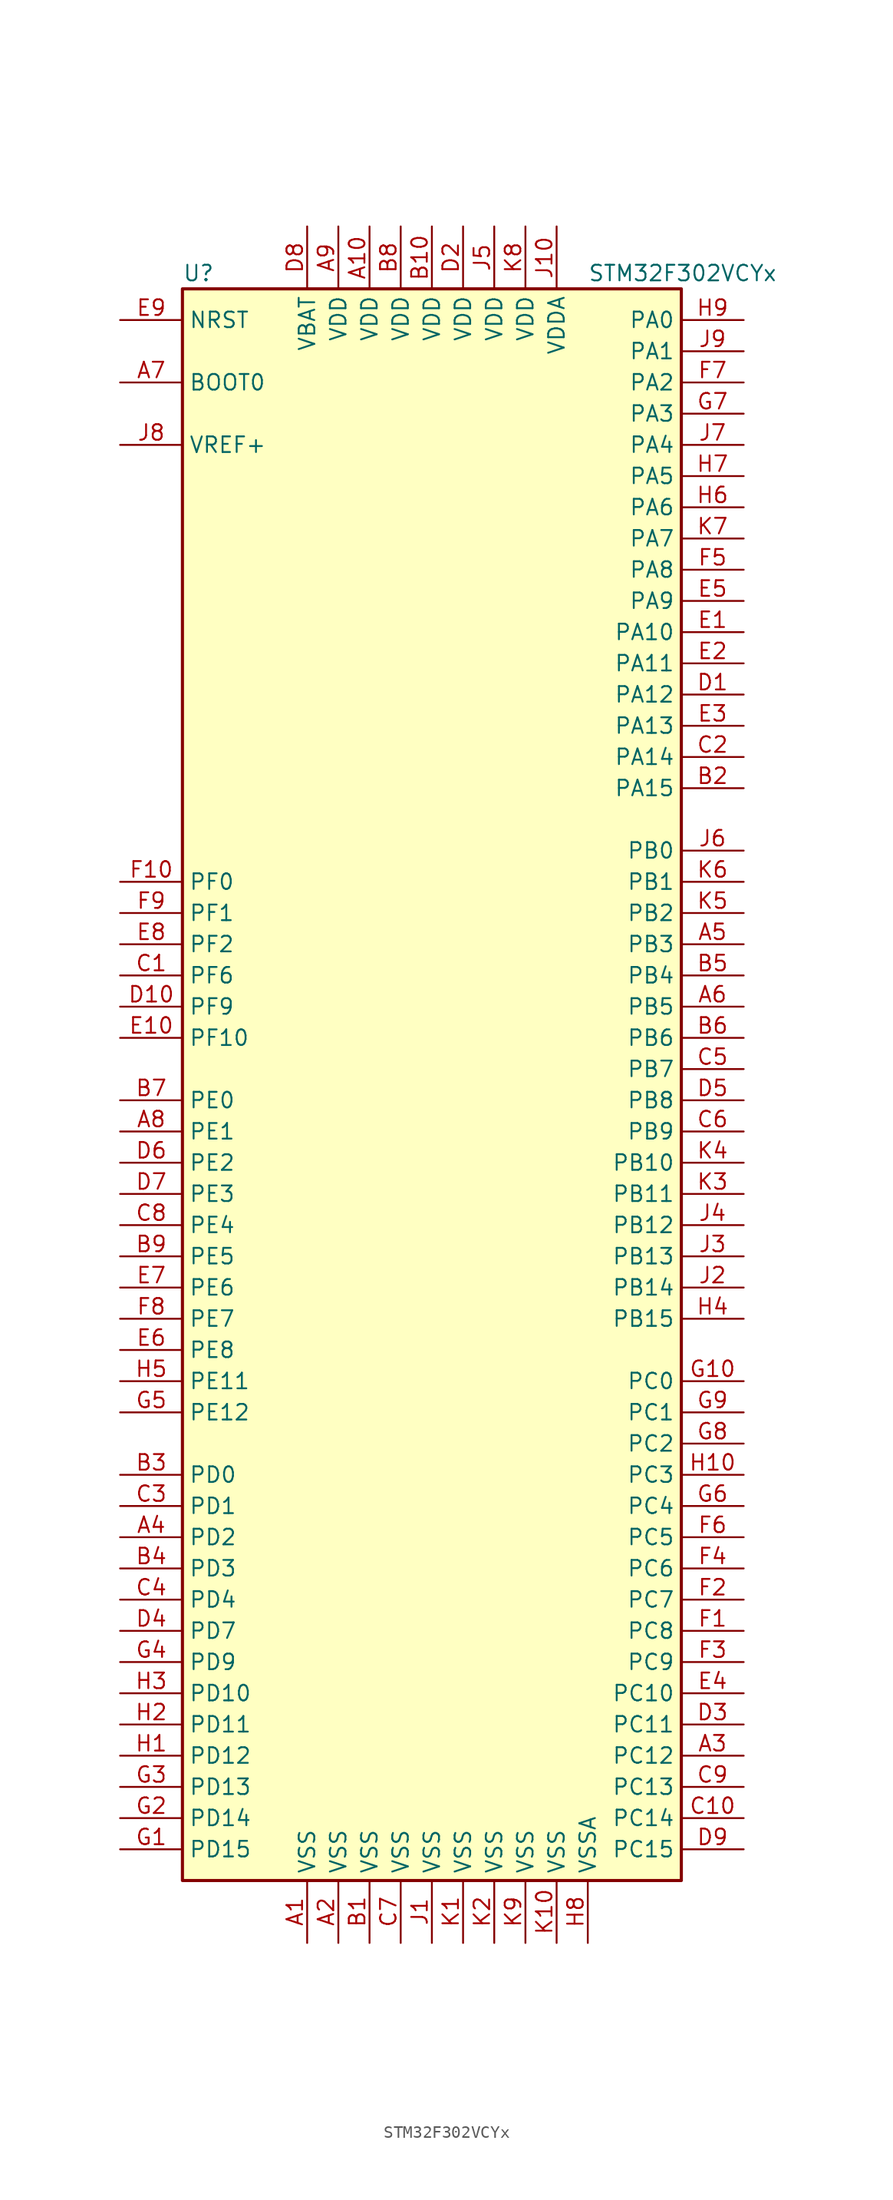
<source format=kicad_sym>
(kicad_symbol_lib
  (version 20201005)
  (generator kicad_symbol_editor)
  (symbol "MCU_ST_STM32F3:STM32F302VCYx"
    (property "Reference" "U"
      (at -20.32 64.77 0)
      (effects (font (size 1.27 1.27)) (justify left)))
    (property "Value" "STM32F302VCYx"
      (at 12.7 64.77 0)
      (effects (font (size 1.27 1.27)) (justify left)))
    (symbol "STM32F302VCYx_0_1"
      (rectangle (start -20.32 -66.04) (end 20.32 63.5) (stroke (width 0.254)) (fill (type background))))
    (symbol "STM32F302VCYx_1_1"
      (pin input line (at -25.4 55.88 0) (length 5.08) (name "BOOT0" (effects (font (size 1.27 1.27)))) (number "A7" (effects (font (size 1.27 1.27)))))
      (pin input line (at -25.4 60.96 0) (length 5.08) (name "NRST" (effects (font (size 1.27 1.27)))) (number "E9" (effects (font (size 1.27 1.27)))))
      (pin bidirectional line (at 25.4 60.96 180) (length 5.08) (name "PA0" (effects (font (size 1.27 1.27)))) (number "H9" (effects (font (size 1.27 1.27)))))
      (pin bidirectional line (at 25.4 58.42 180) (length 5.08) (name "PA1" (effects (font (size 1.27 1.27)))) (number "J9" (effects (font (size 1.27 1.27)))))
      (pin bidirectional line (at 25.4 35.56 180) (length 5.08) (name "PA10" (effects (font (size 1.27 1.27)))) (number "E1" (effects (font (size 1.27 1.27)))))
      (pin bidirectional line (at 25.4 33.02 180) (length 5.08) (name "PA11" (effects (font (size 1.27 1.27)))) (number "E2" (effects (font (size 1.27 1.27)))))
      (pin bidirectional line (at 25.4 30.48 180) (length 5.08) (name "PA12" (effects (font (size 1.27 1.27)))) (number "D1" (effects (font (size 1.27 1.27)))))
      (pin bidirectional line (at 25.4 27.94 180) (length 5.08) (name "PA13" (effects (font (size 1.27 1.27)))) (number "E3" (effects (font (size 1.27 1.27)))))
      (pin bidirectional line (at 25.4 25.4 180) (length 5.08) (name "PA14" (effects (font (size 1.27 1.27)))) (number "C2" (effects (font (size 1.27 1.27)))))
      (pin bidirectional line (at 25.4 22.86 180) (length 5.08) (name "PA15" (effects (font (size 1.27 1.27)))) (number "B2" (effects (font (size 1.27 1.27)))))
      (pin bidirectional line (at 25.4 55.88 180) (length 5.08) (name "PA2" (effects (font (size 1.27 1.27)))) (number "F7" (effects (font (size 1.27 1.27)))))
      (pin bidirectional line (at 25.4 53.34 180) (length 5.08) (name "PA3" (effects (font (size 1.27 1.27)))) (number "G7" (effects (font (size 1.27 1.27)))))
      (pin bidirectional line (at 25.4 50.8 180) (length 5.08) (name "PA4" (effects (font (size 1.27 1.27)))) (number "J7" (effects (font (size 1.27 1.27)))))
      (pin bidirectional line (at 25.4 48.26 180) (length 5.08) (name "PA5" (effects (font (size 1.27 1.27)))) (number "H7" (effects (font (size 1.27 1.27)))))
      (pin bidirectional line (at 25.4 45.72 180) (length 5.08) (name "PA6" (effects (font (size 1.27 1.27)))) (number "H6" (effects (font (size 1.27 1.27)))))
      (pin bidirectional line (at 25.4 43.18 180) (length 5.08) (name "PA7" (effects (font (size 1.27 1.27)))) (number "K7" (effects (font (size 1.27 1.27)))))
      (pin bidirectional line (at 25.4 40.64 180) (length 5.08) (name "PA8" (effects (font (size 1.27 1.27)))) (number "F5" (effects (font (size 1.27 1.27)))))
      (pin bidirectional line (at 25.4 38.1 180) (length 5.08) (name "PA9" (effects (font (size 1.27 1.27)))) (number "E5" (effects (font (size 1.27 1.27)))))
      (pin bidirectional line (at 25.4 17.78 180) (length 5.08) (name "PB0" (effects (font (size 1.27 1.27)))) (number "J6" (effects (font (size 1.27 1.27)))))
      (pin bidirectional line (at 25.4 15.24 180) (length 5.08) (name "PB1" (effects (font (size 1.27 1.27)))) (number "K6" (effects (font (size 1.27 1.27)))))
      (pin bidirectional line (at 25.4 -7.62 180) (length 5.08) (name "PB10" (effects (font (size 1.27 1.27)))) (number "K4" (effects (font (size 1.27 1.27)))))
      (pin bidirectional line (at 25.4 -10.16 180) (length 5.08) (name "PB11" (effects (font (size 1.27 1.27)))) (number "K3" (effects (font (size 1.27 1.27)))))
      (pin bidirectional line (at 25.4 -12.7 180) (length 5.08) (name "PB12" (effects (font (size 1.27 1.27)))) (number "J4" (effects (font (size 1.27 1.27)))))
      (pin bidirectional line (at 25.4 -15.24 180) (length 5.08) (name "PB13" (effects (font (size 1.27 1.27)))) (number "J3" (effects (font (size 1.27 1.27)))))
      (pin bidirectional line (at 25.4 -17.78 180) (length 5.08) (name "PB14" (effects (font (size 1.27 1.27)))) (number "J2" (effects (font (size 1.27 1.27)))))
      (pin bidirectional line (at 25.4 -20.32 180) (length 5.08) (name "PB15" (effects (font (size 1.27 1.27)))) (number "H4" (effects (font (size 1.27 1.27)))))
      (pin bidirectional line (at 25.4 12.7 180) (length 5.08) (name "PB2" (effects (font (size 1.27 1.27)))) (number "K5" (effects (font (size 1.27 1.27)))))
      (pin bidirectional line (at 25.4 10.16 180) (length 5.08) (name "PB3" (effects (font (size 1.27 1.27)))) (number "A5" (effects (font (size 1.27 1.27)))))
      (pin bidirectional line (at 25.4 7.62 180) (length 5.08) (name "PB4" (effects (font (size 1.27 1.27)))) (number "B5" (effects (font (size 1.27 1.27)))))
      (pin bidirectional line (at 25.4 5.08 180) (length 5.08) (name "PB5" (effects (font (size 1.27 1.27)))) (number "A6" (effects (font (size 1.27 1.27)))))
      (pin bidirectional line (at 25.4 2.54 180) (length 5.08) (name "PB6" (effects (font (size 1.27 1.27)))) (number "B6" (effects (font (size 1.27 1.27)))))
      (pin bidirectional line (at 25.4 0 180) (length 5.08) (name "PB7" (effects (font (size 1.27 1.27)))) (number "C5" (effects (font (size 1.27 1.27)))))
      (pin bidirectional line (at 25.4 -2.54 180) (length 5.08) (name "PB8" (effects (font (size 1.27 1.27)))) (number "D5" (effects (font (size 1.27 1.27)))))
      (pin bidirectional line (at 25.4 -5.08 180) (length 5.08) (name "PB9" (effects (font (size 1.27 1.27)))) (number "C6" (effects (font (size 1.27 1.27)))))
      (pin bidirectional line (at 25.4 -25.4 180) (length 5.08) (name "PC0" (effects (font (size 1.27 1.27)))) (number "G10" (effects (font (size 1.27 1.27)))))
      (pin bidirectional line (at 25.4 -27.94 180) (length 5.08) (name "PC1" (effects (font (size 1.27 1.27)))) (number "G9" (effects (font (size 1.27 1.27)))))
      (pin bidirectional line (at 25.4 -50.8 180) (length 5.08) (name "PC10" (effects (font (size 1.27 1.27)))) (number "E4" (effects (font (size 1.27 1.27)))))
      (pin bidirectional line (at 25.4 -53.34 180) (length 5.08) (name "PC11" (effects (font (size 1.27 1.27)))) (number "D3" (effects (font (size 1.27 1.27)))))
      (pin bidirectional line (at 25.4 -55.88 180) (length 5.08) (name "PC12" (effects (font (size 1.27 1.27)))) (number "A3" (effects (font (size 1.27 1.27)))))
      (pin bidirectional line (at 25.4 -58.42 180) (length 5.08) (name "PC13" (effects (font (size 1.27 1.27)))) (number "C9" (effects (font (size 1.27 1.27)))))
      (pin bidirectional line (at 25.4 -60.96 180) (length 5.08) (name "PC14" (effects (font (size 1.27 1.27)))) (number "C10" (effects (font (size 1.27 1.27)))))
      (pin bidirectional line (at 25.4 -63.5 180) (length 5.08) (name "PC15" (effects (font (size 1.27 1.27)))) (number "D9" (effects (font (size 1.27 1.27)))))
      (pin bidirectional line (at 25.4 -30.48 180) (length 5.08) (name "PC2" (effects (font (size 1.27 1.27)))) (number "G8" (effects (font (size 1.27 1.27)))))
      (pin bidirectional line (at 25.4 -33.02 180) (length 5.08) (name "PC3" (effects (font (size 1.27 1.27)))) (number "H10" (effects (font (size 1.27 1.27)))))
      (pin bidirectional line (at 25.4 -35.56 180) (length 5.08) (name "PC4" (effects (font (size 1.27 1.27)))) (number "G6" (effects (font (size 1.27 1.27)))))
      (pin bidirectional line (at 25.4 -38.1 180) (length 5.08) (name "PC5" (effects (font (size 1.27 1.27)))) (number "F6" (effects (font (size 1.27 1.27)))))
      (pin bidirectional line (at 25.4 -40.64 180) (length 5.08) (name "PC6" (effects (font (size 1.27 1.27)))) (number "F4" (effects (font (size 1.27 1.27)))))
      (pin bidirectional line (at 25.4 -43.18 180) (length 5.08) (name "PC7" (effects (font (size 1.27 1.27)))) (number "F2" (effects (font (size 1.27 1.27)))))
      (pin bidirectional line (at 25.4 -45.72 180) (length 5.08) (name "PC8" (effects (font (size 1.27 1.27)))) (number "F1" (effects (font (size 1.27 1.27)))))
      (pin bidirectional line (at 25.4 -48.26 180) (length 5.08) (name "PC9" (effects (font (size 1.27 1.27)))) (number "F3" (effects (font (size 1.27 1.27)))))
      (pin bidirectional line (at -25.4 -33.02 0) (length 5.08) (name "PD0" (effects (font (size 1.27 1.27)))) (number "B3" (effects (font (size 1.27 1.27)))))
      (pin bidirectional line (at -25.4 -35.56 0) (length 5.08) (name "PD1" (effects (font (size 1.27 1.27)))) (number "C3" (effects (font (size 1.27 1.27)))))
      (pin bidirectional line (at -25.4 -50.8 0) (length 5.08) (name "PD10" (effects (font (size 1.27 1.27)))) (number "H3" (effects (font (size 1.27 1.27)))))
      (pin bidirectional line (at -25.4 -53.34 0) (length 5.08) (name "PD11" (effects (font (size 1.27 1.27)))) (number "H2" (effects (font (size 1.27 1.27)))))
      (pin bidirectional line (at -25.4 -55.88 0) (length 5.08) (name "PD12" (effects (font (size 1.27 1.27)))) (number "H1" (effects (font (size 1.27 1.27)))))
      (pin bidirectional line (at -25.4 -58.42 0) (length 5.08) (name "PD13" (effects (font (size 1.27 1.27)))) (number "G3" (effects (font (size 1.27 1.27)))))
      (pin bidirectional line (at -25.4 -60.96 0) (length 5.08) (name "PD14" (effects (font (size 1.27 1.27)))) (number "G2" (effects (font (size 1.27 1.27)))))
      (pin bidirectional line (at -25.4 -63.5 0) (length 5.08) (name "PD15" (effects (font (size 1.27 1.27)))) (number "G1" (effects (font (size 1.27 1.27)))))
      (pin bidirectional line (at -25.4 -38.1 0) (length 5.08) (name "PD2" (effects (font (size 1.27 1.27)))) (number "A4" (effects (font (size 1.27 1.27)))))
      (pin bidirectional line (at -25.4 -40.64 0) (length 5.08) (name "PD3" (effects (font (size 1.27 1.27)))) (number "B4" (effects (font (size 1.27 1.27)))))
      (pin bidirectional line (at -25.4 -43.18 0) (length 5.08) (name "PD4" (effects (font (size 1.27 1.27)))) (number "C4" (effects (font (size 1.27 1.27)))))
      (pin bidirectional line (at -25.4 -45.72 0) (length 5.08) (name "PD7" (effects (font (size 1.27 1.27)))) (number "D4" (effects (font (size 1.27 1.27)))))
      (pin bidirectional line (at -25.4 -48.26 0) (length 5.08) (name "PD9" (effects (font (size 1.27 1.27)))) (number "G4" (effects (font (size 1.27 1.27)))))
      (pin bidirectional line (at -25.4 -2.54 0) (length 5.08) (name "PE0" (effects (font (size 1.27 1.27)))) (number "B7" (effects (font (size 1.27 1.27)))))
      (pin bidirectional line (at -25.4 -5.08 0) (length 5.08) (name "PE1" (effects (font (size 1.27 1.27)))) (number "A8" (effects (font (size 1.27 1.27)))))
      (pin bidirectional line (at -25.4 -25.4 0) (length 5.08) (name "PE11" (effects (font (size 1.27 1.27)))) (number "H5" (effects (font (size 1.27 1.27)))))
      (pin bidirectional line (at -25.4 -27.94 0) (length 5.08) (name "PE12" (effects (font (size 1.27 1.27)))) (number "G5" (effects (font (size 1.27 1.27)))))
      (pin bidirectional line (at -25.4 -7.62 0) (length 5.08) (name "PE2" (effects (font (size 1.27 1.27)))) (number "D6" (effects (font (size 1.27 1.27)))))
      (pin bidirectional line (at -25.4 -10.16 0) (length 5.08) (name "PE3" (effects (font (size 1.27 1.27)))) (number "D7" (effects (font (size 1.27 1.27)))))
      (pin bidirectional line (at -25.4 -12.7 0) (length 5.08) (name "PE4" (effects (font (size 1.27 1.27)))) (number "C8" (effects (font (size 1.27 1.27)))))
      (pin bidirectional line (at -25.4 -15.24 0) (length 5.08) (name "PE5" (effects (font (size 1.27 1.27)))) (number "B9" (effects (font (size 1.27 1.27)))))
      (pin bidirectional line (at -25.4 -17.78 0) (length 5.08) (name "PE6" (effects (font (size 1.27 1.27)))) (number "E7" (effects (font (size 1.27 1.27)))))
      (pin bidirectional line (at -25.4 -20.32 0) (length 5.08) (name "PE7" (effects (font (size 1.27 1.27)))) (number "F8" (effects (font (size 1.27 1.27)))))
      (pin bidirectional line (at -25.4 -22.86 0) (length 5.08) (name "PE8" (effects (font (size 1.27 1.27)))) (number "E6" (effects (font (size 1.27 1.27)))))
      (pin input line (at -25.4 15.24 0) (length 5.08) (name "PF0" (effects (font (size 1.27 1.27)))) (number "F10" (effects (font (size 1.27 1.27)))))
      (pin input line (at -25.4 12.7 0) (length 5.08) (name "PF1" (effects (font (size 1.27 1.27)))) (number "F9" (effects (font (size 1.27 1.27)))))
      (pin bidirectional line (at -25.4 2.54 0) (length 5.08) (name "PF10" (effects (font (size 1.27 1.27)))) (number "E10" (effects (font (size 1.27 1.27)))))
      (pin bidirectional line (at -25.4 10.16 0) (length 5.08) (name "PF2" (effects (font (size 1.27 1.27)))) (number "E8" (effects (font (size 1.27 1.27)))))
      (pin bidirectional line (at -25.4 7.62 0) (length 5.08) (name "PF6" (effects (font (size 1.27 1.27)))) (number "C1" (effects (font (size 1.27 1.27)))))
      (pin bidirectional line (at -25.4 5.08 0) (length 5.08) (name "PF9" (effects (font (size 1.27 1.27)))) (number "D10" (effects (font (size 1.27 1.27)))))
      (pin power_in line (at -10.16 68.58 270) (length 5.08) (name "VBAT" (effects (font (size 1.27 1.27)))) (number "D8" (effects (font (size 1.27 1.27)))))
      (pin power_in line (at -5.08 68.58 270) (length 5.08) (name "VDD" (effects (font (size 1.27 1.27)))) (number "A10" (effects (font (size 1.27 1.27)))))
      (pin power_in line (at -7.62 68.58 270) (length 5.08) (name "VDD" (effects (font (size 1.27 1.27)))) (number "A9" (effects (font (size 1.27 1.27)))))
      (pin power_in line (at 0 68.58 270) (length 5.08) (name "VDD" (effects (font (size 1.27 1.27)))) (number "B10" (effects (font (size 1.27 1.27)))))
      (pin power_in line (at -2.54 68.58 270) (length 5.08) (name "VDD" (effects (font (size 1.27 1.27)))) (number "B8" (effects (font (size 1.27 1.27)))))
      (pin power_in line (at 2.54 68.58 270) (length 5.08) (name "VDD" (effects (font (size 1.27 1.27)))) (number "D2" (effects (font (size 1.27 1.27)))))
      (pin power_in line (at 5.08 68.58 270) (length 5.08) (name "VDD" (effects (font (size 1.27 1.27)))) (number "J5" (effects (font (size 1.27 1.27)))))
      (pin power_in line (at 7.62 68.58 270) (length 5.08) (name "VDD" (effects (font (size 1.27 1.27)))) (number "K8" (effects (font (size 1.27 1.27)))))
      (pin power_in line (at 10.16 68.58 270) (length 5.08) (name "VDDA" (effects (font (size 1.27 1.27)))) (number "J10" (effects (font (size 1.27 1.27)))))
      (pin power_in line (at -25.4 50.8 0) (length 5.08) (name "VREF+" (effects (font (size 1.27 1.27)))) (number "J8" (effects (font (size 1.27 1.27)))))
      (pin power_in line (at -10.16 -71.12 90) (length 5.08) (name "VSS" (effects (font (size 1.27 1.27)))) (number "A1" (effects (font (size 1.27 1.27)))))
      (pin power_in line (at -7.62 -71.12 90) (length 5.08) (name "VSS" (effects (font (size 1.27 1.27)))) (number "A2" (effects (font (size 1.27 1.27)))))
      (pin power_in line (at -5.08 -71.12 90) (length 5.08) (name "VSS" (effects (font (size 1.27 1.27)))) (number "B1" (effects (font (size 1.27 1.27)))))
      (pin power_in line (at -2.54 -71.12 90) (length 5.08) (name "VSS" (effects (font (size 1.27 1.27)))) (number "C7" (effects (font (size 1.27 1.27)))))
      (pin power_in line (at 0 -71.12 90) (length 5.08) (name "VSS" (effects (font (size 1.27 1.27)))) (number "J1" (effects (font (size 1.27 1.27)))))
      (pin power_in line (at 2.54 -71.12 90) (length 5.08) (name "VSS" (effects (font (size 1.27 1.27)))) (number "K1" (effects (font (size 1.27 1.27)))))
      (pin power_in line (at 10.16 -71.12 90) (length 5.08) (name "VSS" (effects (font (size 1.27 1.27)))) (number "K10" (effects (font (size 1.27 1.27)))))
      (pin power_in line (at 5.08 -71.12 90) (length 5.08) (name "VSS" (effects (font (size 1.27 1.27)))) (number "K2" (effects (font (size 1.27 1.27)))))
      (pin power_in line (at 7.62 -71.12 90) (length 5.08) (name "VSS" (effects (font (size 1.27 1.27)))) (number "K9" (effects (font (size 1.27 1.27)))))
      (pin power_in line (at 12.7 -71.12 90) (length 5.08) (name "VSSA" (effects (font (size 1.27 1.27)))) (number "H8" (effects (font (size 1.27 1.27))))))))
</source>
